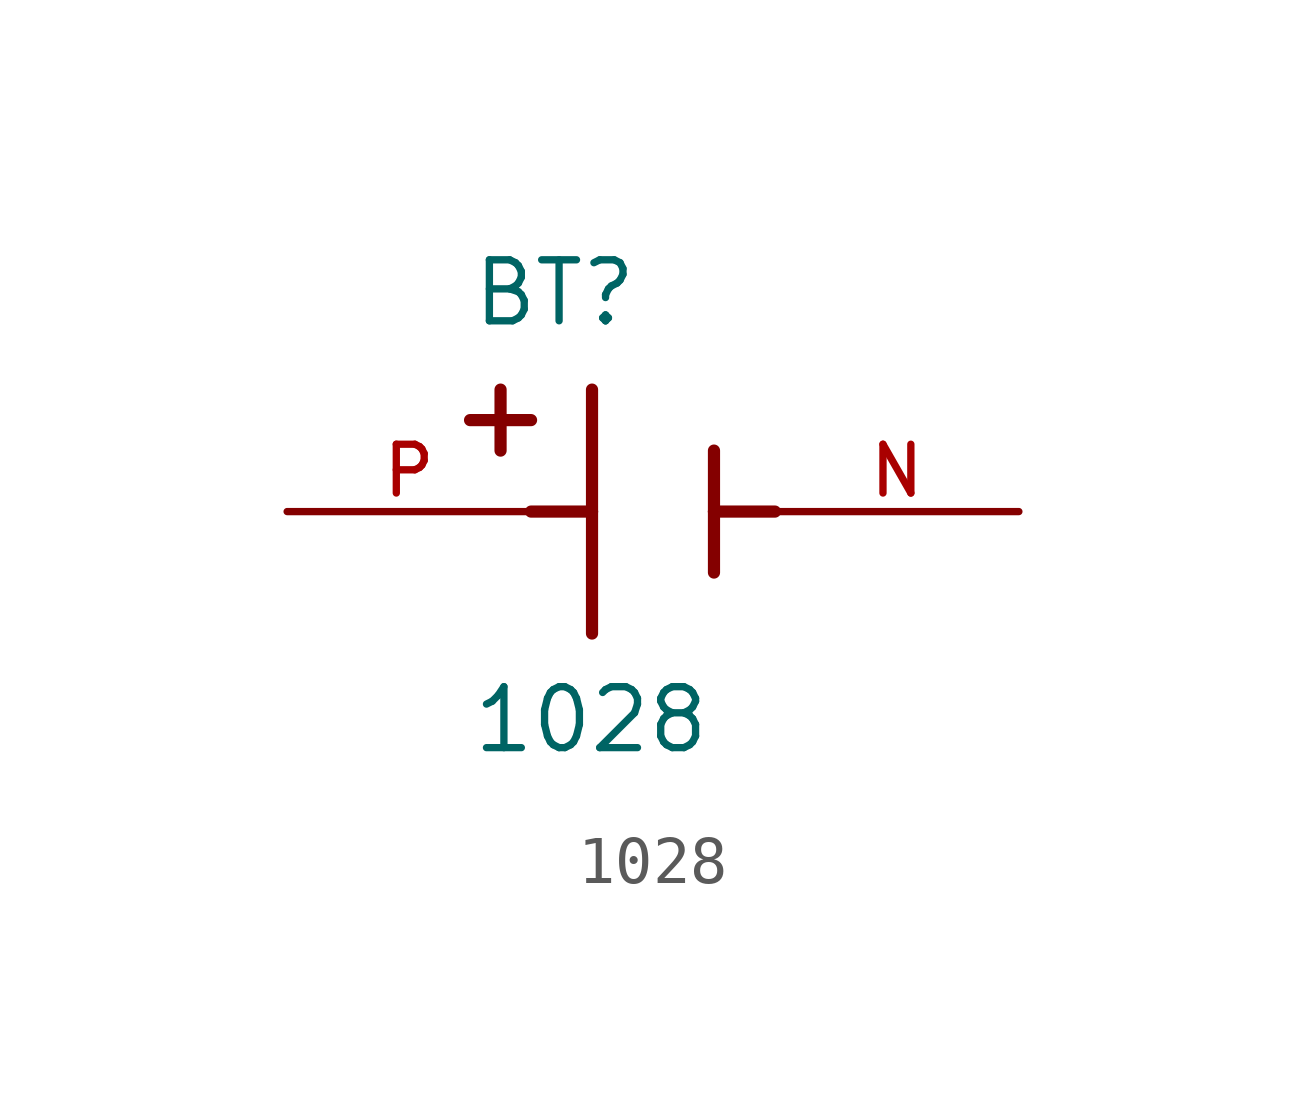
<source format=kicad_sym>
(kicad_symbol_lib
  (version 20211014)
  (generator kicad_symbol_editor)
  (symbol "1028"
    (pin_names
      (offset 1.016))
    (property "Reference" "BT"
      (at -3.81 3.81 0)
      (effects (font (size 1.27 1.27)) (justify bottom left)))
    (property "Value" "1028"
      (at -3.81 -5.08 0)
      (effects (font (size 1.27 1.27)) (justify bottom left)))
    (symbol "1028_0_0"
      (polyline (pts (xy -1.27 2.54) (xy -1.27 0.0)) (stroke (width 0.254)))
      (polyline (pts (xy -1.27 0.0) (xy -1.27 -2.54)) (stroke (width 0.254)))
      (polyline (pts (xy 1.27 1.27) (xy 1.27 0.0)) (stroke (width 0.254)))
      (polyline (pts (xy 1.27 0.0) (xy 1.27 -1.27)) (stroke (width 0.254)))
      (polyline (pts (xy -1.27 0.0) (xy -2.54 0.0)) (stroke (width 0.254)))
      (polyline (pts (xy 1.27 0.0) (xy 2.54 0.0)) (stroke (width 0.254)))
      (polyline (pts (xy -3.175 2.54) (xy -3.175 1.27)) (stroke (width 0.254)))
      (polyline (pts (xy -3.81 1.905) (xy -2.54 1.905)) (stroke (width 0.254)))
      (pin passive line (at -7.62 0.0 0) (length 5.08) (name "~" (effects (font (size 1.016 1.016)))) (number "P" (effects (font (size 1.016 1.016)))))
      (pin passive line (at 7.62 0.0 180.0) (length 5.08) (name "~" (effects (font (size 1.016 1.016)))) (number "N" (effects (font (size 1.016 1.016))))))))
</source>
